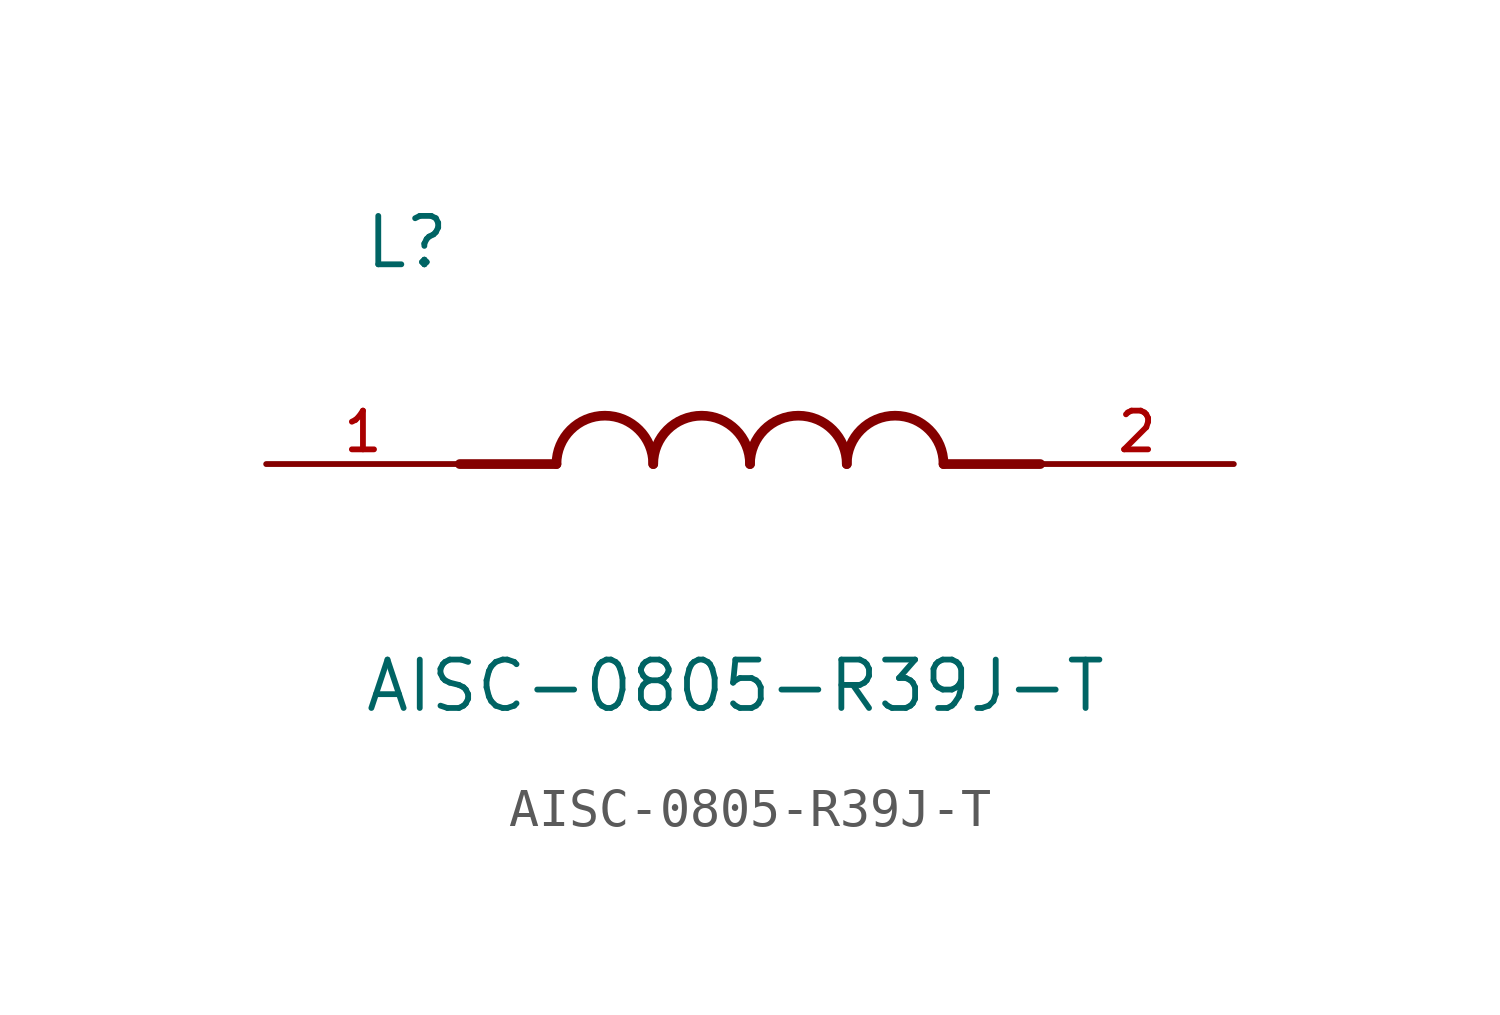
<source format=kicad_sym>
(kicad_symbol_lib
  (version 20211014)
  (generator kicad_symbol_editor)
  (symbol "AISC-0805-R39J-T"
    (pin_names
      (offset 1.016))
    (property "Reference" "L"
      (at -10.16 5.08 0)
      (effects (font (size 1.27 1.27)) (justify bottom left)))
    (property "Value" "AISC-0805-R39J-T"
      (at -10.16 -5.08 0)
      (effects (font (size 1.27 1.27)) (justify top left)))
    (symbol "AISC-0805-R39J-T_0_0"
      (polyline (pts (xy -5.08 0.0) (xy -7.62 0.0)) (stroke (width 0.254)))
      (polyline (pts (xy 5.08 0.0) (xy 7.62 0.0)) (stroke (width 0.254)))
      (arc (start -2.54 0.0) (mid -3.81 1.27) (end -5.08 0.0) (stroke (width 0.254) (type default) (color 0 0 0 0)) (fill (type none)))
      (arc (start 0.0 0.0) (mid -1.27 1.27) (end -2.54 0.0) (stroke (width 0.254) (type default) (color 0 0 0 0)) (fill (type none)))
      (arc (start 2.54 0.0) (mid 1.27 1.27) (end 0.0 0.0) (stroke (width 0.254) (type default) (color 0 0 0 0)) (fill (type none)))
      (arc (start 5.08 0.0) (mid 3.81 1.27) (end 2.54 0.0) (stroke (width 0.254) (type default) (color 0 0 0 0)) (fill (type none)))
      (pin passive line (at -12.7 0.0 0) (length 5.08) (name "~" (effects (font (size 1.016 1.016)))) (number "1" (effects (font (size 1.016 1.016)))))
      (pin passive line (at 12.7 0.0 180.0) (length 5.08) (name "~" (effects (font (size 1.016 1.016)))) (number "2" (effects (font (size 1.016 1.016))))))))
</source>
